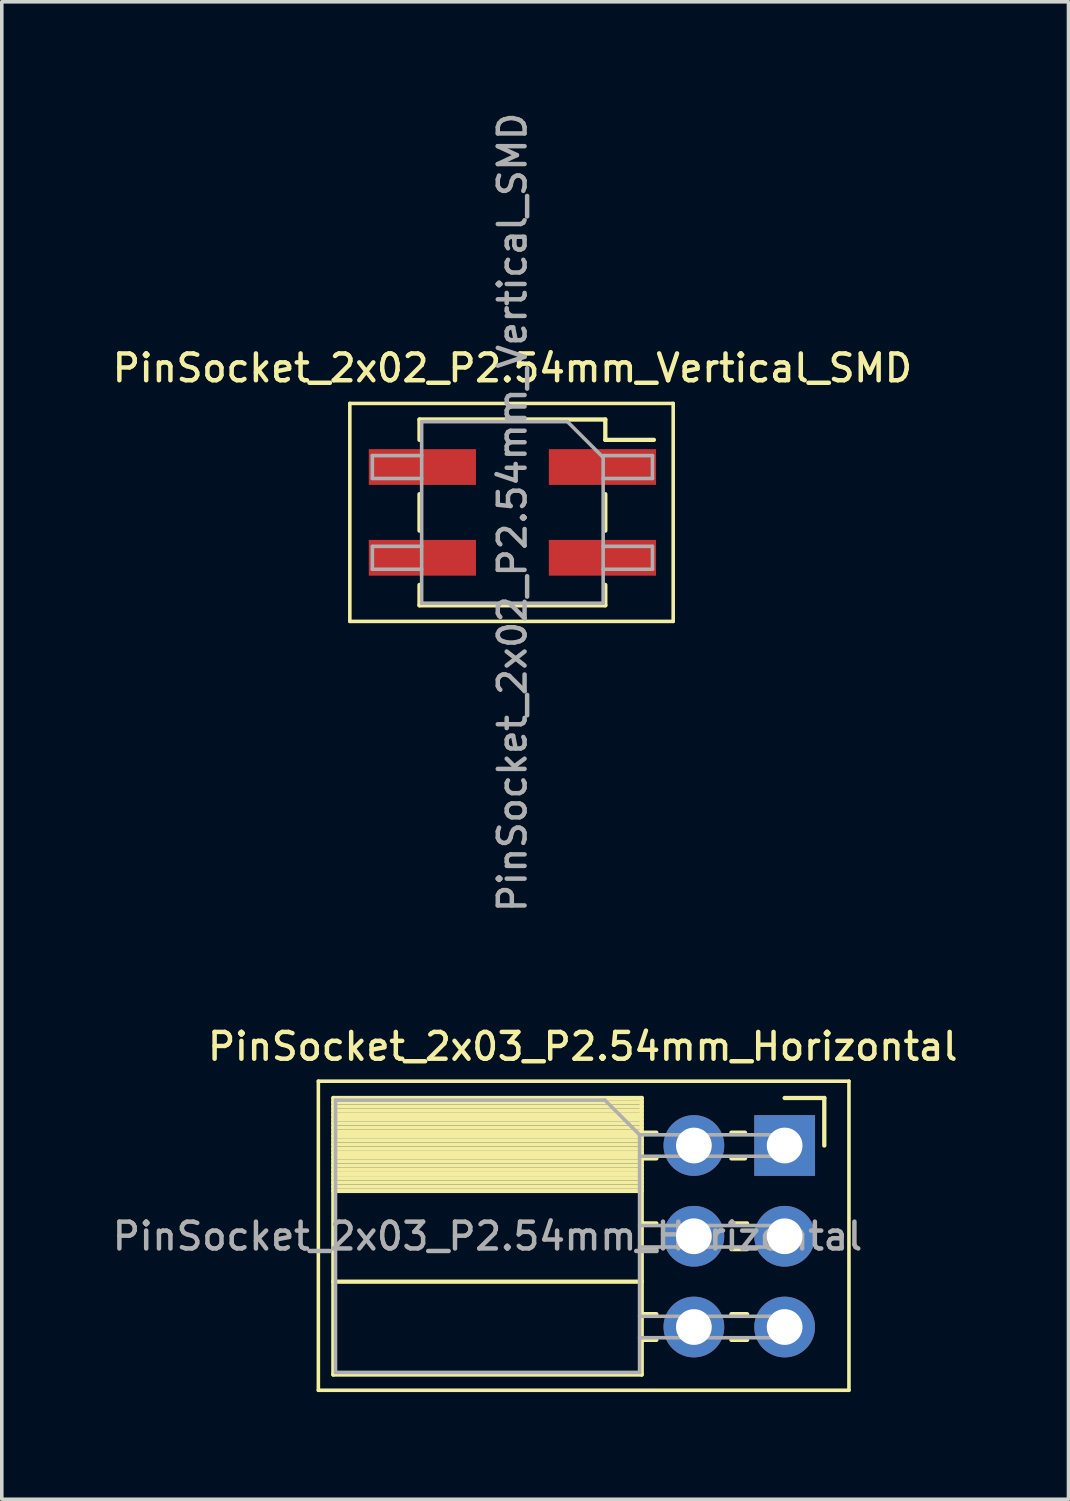
<source format=kicad_pcb>
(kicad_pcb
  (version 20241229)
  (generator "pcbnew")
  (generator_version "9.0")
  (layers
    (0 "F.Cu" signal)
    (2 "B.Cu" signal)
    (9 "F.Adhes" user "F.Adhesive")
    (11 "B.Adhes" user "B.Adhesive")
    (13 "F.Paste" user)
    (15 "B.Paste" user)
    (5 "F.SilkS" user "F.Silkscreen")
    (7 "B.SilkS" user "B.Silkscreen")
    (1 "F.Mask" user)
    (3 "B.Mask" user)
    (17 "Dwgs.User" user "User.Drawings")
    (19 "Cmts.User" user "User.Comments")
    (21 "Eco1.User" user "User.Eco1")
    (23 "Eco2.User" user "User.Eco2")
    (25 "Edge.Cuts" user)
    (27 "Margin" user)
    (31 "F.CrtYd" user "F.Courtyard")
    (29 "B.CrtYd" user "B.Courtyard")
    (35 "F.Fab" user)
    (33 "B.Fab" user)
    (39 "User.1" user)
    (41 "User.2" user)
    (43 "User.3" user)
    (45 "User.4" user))
  (footprint "PinSocket_2x02_P2.54mm_Vertical_SMD"
    (layer "F.Cu")
    (at 11.291 11.291)
    (property "Reference" "PinSocket_2x02_P2.54mm_Vertical_SMD" (at 0 -4.04 0) (layer "F.SilkS") (effects (font (size 0.75 0.75) (thickness 0.125))))
    (attr smd)
    (fp_line (start -4.55 -3.05) (end 4.5 -3.05) (stroke (width 0.1) (type solid)) (layer "F.SilkS"))
    (fp_line (start -4.55 3.05) (end -4.55 -3.05) (stroke (width 0.1) (type solid)) (layer "F.SilkS"))
    (fp_line (start -2.6 -2.6) (end -2.6 -2.03) (stroke (width 0.12) (type solid)) (layer "F.SilkS"))
    (fp_line (start -2.6 -2.6) (end 2.6 -2.6) (stroke (width 0.12) (type solid)) (layer "F.SilkS"))
    (fp_line (start -2.6 -0.51) (end -2.6 0.51) (stroke (width 0.12) (type solid)) (layer "F.SilkS"))
    (fp_line (start -2.6 2.03) (end -2.6 2.6) (stroke (width 0.12) (type solid)) (layer "F.SilkS"))
    (fp_line (start -2.6 2.6) (end 2.6 2.6) (stroke (width 0.12) (type solid)) (layer "F.SilkS"))
    (fp_line (start 2.6 -2.6) (end 2.6 -2.03) (stroke (width 0.12) (type solid)) (layer "F.SilkS"))
    (fp_line (start 2.6 -2.03) (end 3.96 -2.03) (stroke (width 0.12) (type solid)) (layer "F.SilkS"))
    (fp_line (start 2.6 -0.51) (end 2.6 0.51) (stroke (width 0.12) (type solid)) (layer "F.SilkS"))
    (fp_line (start 2.6 2.03) (end 2.6 2.6) (stroke (width 0.12) (type solid)) (layer "F.SilkS"))
    (fp_line (start 4.5 -3.05) (end 4.5 3.05) (stroke (width 0.1) (type solid)) (layer "F.SilkS"))
    (fp_line (start 4.5 3.05) (end -4.55 3.05) (stroke (width 0.1) (type solid)) (layer "F.SilkS"))
    (fp_line (start -3.92 -1.59) (end -2.54 -1.59) (stroke (width 0.1) (type solid)) (layer "F.Fab"))
    (fp_line (start -3.92 -0.95) (end -3.92 -1.59) (stroke (width 0.1) (type solid)) (layer "F.Fab"))
    (fp_line (start -3.92 0.95) (end -2.54 0.95) (stroke (width 0.1) (type solid)) (layer "F.Fab"))
    (fp_line (start -3.92 1.59) (end -3.92 0.95) (stroke (width 0.1) (type solid)) (layer "F.Fab"))
    (fp_line (start -2.54 -2.54) (end 1.54 -2.54) (stroke (width 0.1) (type solid)) (layer "F.Fab"))
    (fp_line (start -2.54 -0.95) (end -3.92 -0.95) (stroke (width 0.1) (type solid)) (layer "F.Fab"))
    (fp_line (start -2.54 1.59) (end -3.92 1.59) (stroke (width 0.1) (type solid)) (layer "F.Fab"))
    (fp_line (start -2.54 2.54) (end -2.54 -2.54) (stroke (width 0.1) (type solid)) (layer "F.Fab"))
    (fp_line (start 1.54 -2.54) (end 2.54 -1.54) (stroke (width 0.1) (type solid)) (layer "F.Fab"))
    (fp_line (start 2.54 -1.59) (end 3.92 -1.59) (stroke (width 0.1) (type solid)) (layer "F.Fab"))
    (fp_line (start 2.54 -1.54) (end 2.54 2.54) (stroke (width 0.1) (type solid)) (layer "F.Fab"))
    (fp_line (start 2.54 0.95) (end 3.92 0.95) (stroke (width 0.1) (type solid)) (layer "F.Fab"))
    (fp_line (start 2.54 2.54) (end -2.54 2.54) (stroke (width 0.1) (type solid)) (layer "F.Fab"))
    (fp_line (start 3.92 -1.59) (end 3.92 -0.95) (stroke (width 0.1) (type solid)) (layer "F.Fab"))
    (fp_line (start 3.92 -0.95) (end 2.54 -0.95) (stroke (width 0.1) (type solid)) (layer "F.Fab"))
    (fp_line (start 3.92 0.95) (end 3.92 1.59) (stroke (width 0.1) (type solid)) (layer "F.Fab"))
    (fp_line (start 3.92 1.59) (end 2.54 1.59) (stroke (width 0.1) (type solid)) (layer "F.Fab"))
    (fp_text user "${REFERENCE}" (at 0 0 90) (layer "F.Fab") (effects (font (size 0.75 0.75) (thickness 0.125))))
    (pad "1" smd rect (at 2.52 -1.27) (size 3 1) (layers "F.Cu" "F.Mask" "F.Paste"))
    (pad "2" smd rect (at -2.52 -1.27) (size 3 1) (layers "F.Cu" "F.Mask" "F.Paste"))
    (pad "3" smd rect (at 2.52 1.27) (size 3 1) (layers "F.Cu" "F.Mask" "F.Paste"))
    (pad "4" smd rect (at -2.52 1.27) (size 3 1) (layers "F.Cu" "F.Mask" "F.Paste")))
  (footprint "PinSocket_2x03_P2.54mm_Horizontal"
    (layer "F.Cu")
    (at 18.91 29.01)
    (property "Reference" "PinSocket_2x03_P2.54mm_Horizontal" (at -5.65 -2.77 0) (layer "F.SilkS") (effects (font (size 0.75 0.75) (thickness 0.125))))
    (attr through_hole)
    (fp_line (start -13.05 -1.8) (end -13.05 6.85) (stroke (width 0.1) (type solid)) (layer "F.SilkS"))
    (fp_line (start -13.05 6.85) (end 1.8 6.85) (stroke (width 0.1) (type solid)) (layer "F.SilkS"))
    (fp_line (start -12.63 -1.33) (end -12.63 6.41) (stroke (width 0.12) (type solid)) (layer "F.SilkS"))
    (fp_line (start -12.63 -1.33) (end -4 -1.33) (stroke (width 0.12) (type solid)) (layer "F.SilkS"))
    (fp_line (start -12.63 -1.21) (end -4 -1.21) (stroke (width 0.12) (type solid)) (layer "F.SilkS"))
    (fp_line (start -12.63 -1.092) (end -4 -1.092) (stroke (width 0.12) (type solid)) (layer "F.SilkS"))
    (fp_line (start -12.63 -0.974) (end -4 -0.974) (stroke (width 0.12) (type solid)) (layer "F.SilkS"))
    (fp_line (start -12.63 -0.856) (end -4 -0.856) (stroke (width 0.12) (type solid)) (layer "F.SilkS"))
    (fp_line (start -12.63 -0.738) (end -4 -0.738) (stroke (width 0.12) (type solid)) (layer "F.SilkS"))
    (fp_line (start -12.63 -0.62) (end -4 -0.62) (stroke (width 0.12) (type solid)) (layer "F.SilkS"))
    (fp_line (start -12.63 -0.501) (end -4 -0.501) (stroke (width 0.12) (type solid)) (layer "F.SilkS"))
    (fp_line (start -12.63 -0.383) (end -4 -0.383) (stroke (width 0.12) (type solid)) (layer "F.SilkS"))
    (fp_line (start -12.63 -0.265) (end -4 -0.265) (stroke (width 0.12) (type solid)) (layer "F.SilkS"))
    (fp_line (start -12.63 -0.147) (end -4 -0.147) (stroke (width 0.12) (type solid)) (layer "F.SilkS"))
    (fp_line (start -12.63 -0.029) (end -4 -0.029) (stroke (width 0.12) (type solid)) (layer "F.SilkS"))
    (fp_line (start -12.63 0.089) (end -4 0.089) (stroke (width 0.12) (type solid)) (layer "F.SilkS"))
    (fp_line (start -12.63 0.207) (end -4 0.207) (stroke (width 0.12) (type solid)) (layer "F.SilkS"))
    (fp_line (start -12.63 0.325) (end -4 0.325) (stroke (width 0.12) (type solid)) (layer "F.SilkS"))
    (fp_line (start -12.63 0.443) (end -4 0.443) (stroke (width 0.12) (type solid)) (layer "F.SilkS"))
    (fp_line (start -12.63 0.561) (end -4 0.561) (stroke (width 0.12) (type solid)) (layer "F.SilkS"))
    (fp_line (start -12.63 0.68) (end -4 0.68) (stroke (width 0.12) (type solid)) (layer "F.SilkS"))
    (fp_line (start -12.63 0.798) (end -4 0.798) (stroke (width 0.12) (type solid)) (layer "F.SilkS"))
    (fp_line (start -12.63 0.916) (end -4 0.916) (stroke (width 0.12) (type solid)) (layer "F.SilkS"))
    (fp_line (start -12.63 1.034) (end -4 1.034) (stroke (width 0.12) (type solid)) (layer "F.SilkS"))
    (fp_line (start -12.63 1.152) (end -4 1.152) (stroke (width 0.12) (type solid)) (layer "F.SilkS"))
    (fp_line (start -12.63 1.27) (end -4 1.27) (stroke (width 0.12) (type solid)) (layer "F.SilkS"))
    (fp_line (start -12.63 3.81) (end -4 3.81) (stroke (width 0.12) (type solid)) (layer "F.SilkS"))
    (fp_line (start -12.63 6.41) (end -4 6.41) (stroke (width 0.12) (type solid)) (layer "F.SilkS"))
    (fp_line (start -4 -1.33) (end -4 6.41) (stroke (width 0.12) (type solid)) (layer "F.SilkS"))
    (fp_line (start -4 -0.36) (end -3.59 -0.36) (stroke (width 0.12) (type solid)) (layer "F.SilkS"))
    (fp_line (start -4 0.36) (end -3.59 0.36) (stroke (width 0.12) (type solid)) (layer "F.SilkS"))
    (fp_line (start -4 2.18) (end -3.59 2.18) (stroke (width 0.12) (type solid)) (layer "F.SilkS"))
    (fp_line (start -4 2.9) (end -3.59 2.9) (stroke (width 0.12) (type solid)) (layer "F.SilkS"))
    (fp_line (start -4 4.72) (end -3.59 4.72) (stroke (width 0.12) (type solid)) (layer "F.SilkS"))
    (fp_line (start -4 5.44) (end -3.59 5.44) (stroke (width 0.12) (type solid)) (layer "F.SilkS"))
    (fp_line (start -1.49 -0.36) (end -1.11 -0.36) (stroke (width 0.12) (type solid)) (layer "F.SilkS"))
    (fp_line (start -1.49 0.36) (end -1.11 0.36) (stroke (width 0.12) (type solid)) (layer "F.SilkS"))
    (fp_line (start -1.49 2.18) (end -1.05 2.18) (stroke (width 0.12) (type solid)) (layer "F.SilkS"))
    (fp_line (start -1.49 2.9) (end -1.05 2.9) (stroke (width 0.12) (type solid)) (layer "F.SilkS"))
    (fp_line (start -1.49 4.72) (end -1.05 4.72) (stroke (width 0.12) (type solid)) (layer "F.SilkS"))
    (fp_line (start -1.49 5.44) (end -1.05 5.44) (stroke (width 0.12) (type solid)) (layer "F.SilkS"))
    (fp_line (start 0 -1.33) (end 1.11 -1.33) (stroke (width 0.12) (type solid)) (layer "F.SilkS"))
    (fp_line (start 1.11 -1.33) (end 1.11 0) (stroke (width 0.12) (type solid)) (layer "F.SilkS"))
    (fp_line (start 1.8 -1.8) (end -13.05 -1.8) (stroke (width 0.1) (type solid)) (layer "F.SilkS"))
    (fp_line (start 1.8 6.85) (end 1.8 -1.8) (stroke (width 0.1) (type solid)) (layer "F.SilkS"))
    (fp_line (start -12.57 -1.27) (end -5.03 -1.27) (stroke (width 0.1) (type solid)) (layer "F.Fab"))
    (fp_line (start -12.57 6.35) (end -12.57 -1.27) (stroke (width 0.1) (type solid)) (layer "F.Fab"))
    (fp_line (start -5.03 -1.27) (end -4.06 -0.3) (stroke (width 0.1) (type solid)) (layer "F.Fab"))
    (fp_line (start -4.06 -0.3) (end -4.06 6.35) (stroke (width 0.1) (type solid)) (layer "F.Fab"))
    (fp_line (start -4.06 0.3) (end 0 0.3) (stroke (width 0.1) (type solid)) (layer "F.Fab"))
    (fp_line (start -4.06 2.84) (end 0 2.84) (stroke (width 0.1) (type solid)) (layer "F.Fab"))
    (fp_line (start -4.06 5.38) (end 0 5.38) (stroke (width 0.1) (type solid)) (layer "F.Fab"))
    (fp_line (start -4.06 6.35) (end -12.57 6.35) (stroke (width 0.1) (type solid)) (layer "F.Fab"))
    (fp_line (start 0 -0.3) (end -4.06 -0.3) (stroke (width 0.1) (type solid)) (layer "F.Fab"))
    (fp_line (start 0 0.3) (end 0 -0.3) (stroke (width 0.1) (type solid)) (layer "F.Fab"))
    (fp_line (start 0 2.24) (end -4.06 2.24) (stroke (width 0.1) (type solid)) (layer "F.Fab"))
    (fp_line (start 0 2.84) (end 0 2.24) (stroke (width 0.1) (type solid)) (layer "F.Fab"))
    (fp_line (start 0 4.78) (end -4.06 4.78) (stroke (width 0.1) (type solid)) (layer "F.Fab"))
    (fp_line (start 0 5.38) (end 0 4.78) (stroke (width 0.1) (type solid)) (layer "F.Fab"))
    (fp_text user "${REFERENCE}" (at -8.315 2.54 0) (layer "F.Fab") (effects (font (size 0.75 0.75) (thickness 0.125))))
    (pad "1" thru_hole rect (at 0 0) (size 1.7 1.7) (drill 1) (layers "*.Cu" "*.Mask"))
    (pad "2" thru_hole oval (at -2.54 0) (size 1.7 1.7) (drill 1) (layers "*.Cu" "*.Mask"))
    (pad "3" thru_hole oval (at 0 2.54) (size 1.7 1.7) (drill 1) (layers "*.Cu" "*.Mask"))
    (pad "4" thru_hole oval (at -2.54 2.54) (size 1.7 1.7) (drill 1) (layers "*.Cu" "*.Mask"))
    (pad "5" thru_hole oval (at 0 5.08) (size 1.7 1.7) (drill 1) (layers "*.Cu" "*.Mask"))
    (pad "6" thru_hole oval (at -2.54 5.08) (size 1.7 1.7) (drill 1) (layers "*.Cu" "*.Mask")))
  (gr_rect
    (start -3 -3)
    (end 26.854 38.91)
    (stroke (width 0.1) (type default))
    (fill no)
    (layer "Edge.Cuts")))
</source>
